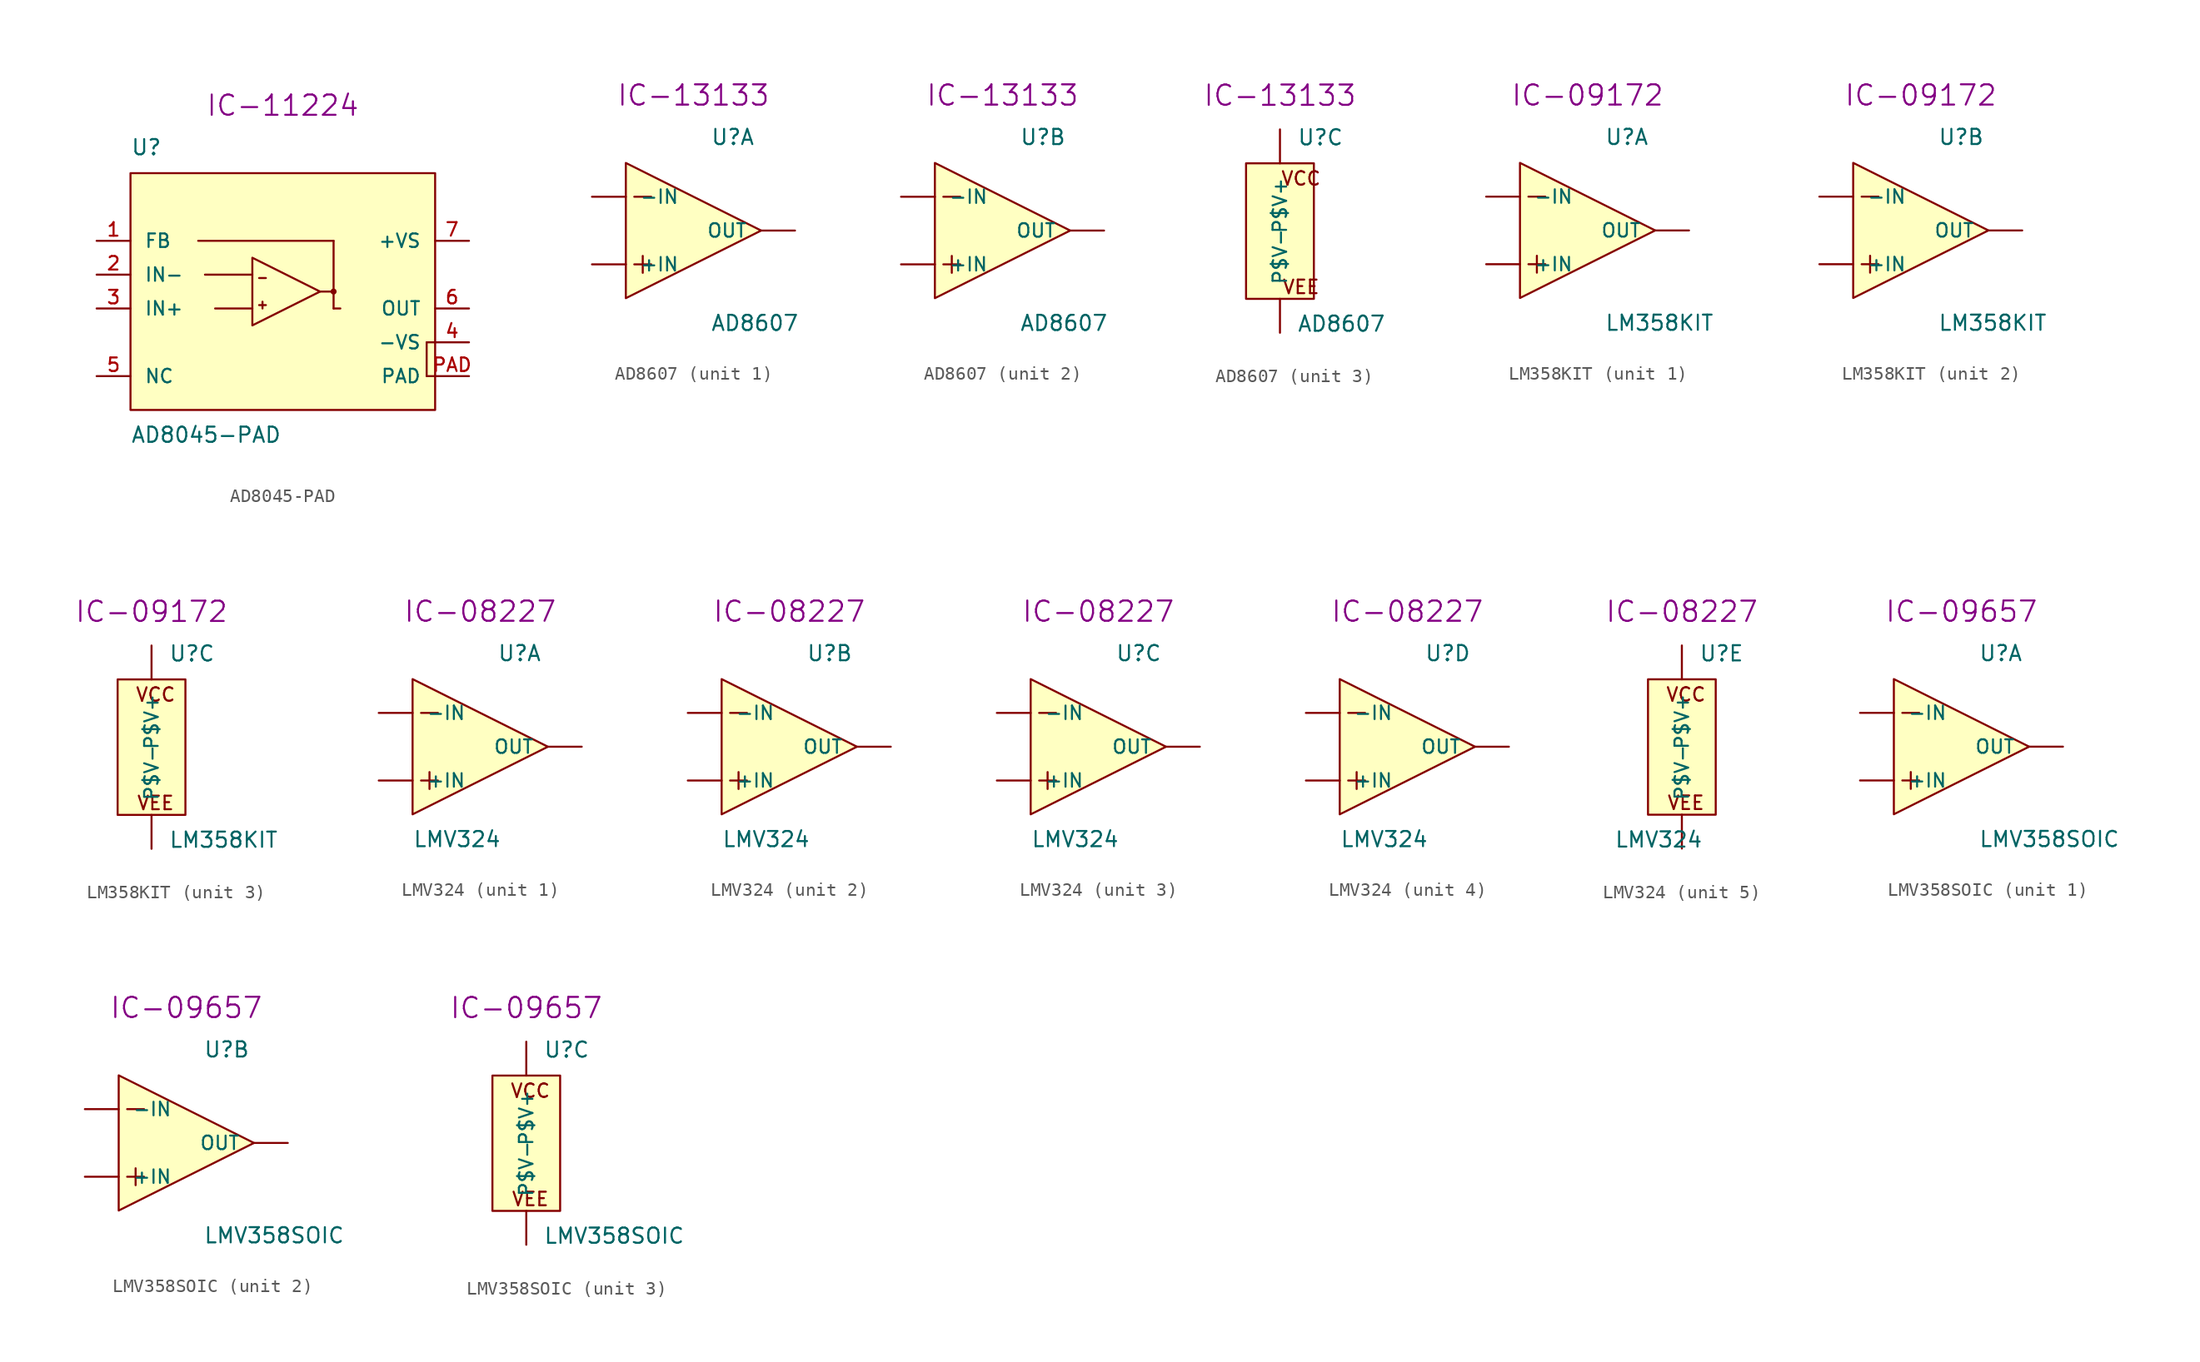
<source format=kicad_sym>
(kicad_symbol_lib
  (version 20220914)
  (generator kicad_symbol_editor)
  (symbol "AD8045-PAD"
    (pin_names
      (offset 1.016))
    (property "Reference" "U"
      (at -11.43 11.43 0)
      (effects (font (size 1.143 1.143)) (justify left bottom)))
    (property "Value" "AD8045-PAD"
      (at -11.43 -10.16 0)
      (effects (font (size 1.143 1.143)) (justify left bottom)))
    (property "Field4" "IC-11224"
      (at 0 15.24 0)
      (effects (font (size 1.524 1.524))))
    (property "ki_locked" ""
      (at 0 0 0)
      (effects (font (size 1.27 1.27))))
    (symbol "AD8045-PAD_1_0"
      (polyline (pts (xy -6.35 5.08) (xy 3.81 5.08)) (stroke (width 0) (type solid)) (fill (type none)))
      (polyline (pts (xy -5.842 2.54) (xy -2.286 2.54)) (stroke (width 0) (type solid)) (fill (type none)))
      (polyline (pts (xy -5.08 0) (xy -2.286 0)) (stroke (width 0) (type solid)) (fill (type none)))
      (polyline (pts (xy -1.778 0.254) (xy -1.524 0.254)) (stroke (width 0) (type solid)) (fill (type none)))
      (polyline (pts (xy -1.778 2.286) (xy -1.27 2.286)) (stroke (width 0) (type solid)) (fill (type none)))
      (polyline (pts (xy -1.524 0.254) (xy -1.524 0)) (stroke (width 0) (type solid)) (fill (type none)))
      (polyline (pts (xy -1.524 0.254) (xy -1.524 0.508)) (stroke (width 0) (type solid)) (fill (type none)))
      (polyline (pts (xy -1.27 0.254) (xy -1.524 0.254)) (stroke (width 0) (type solid)) (fill (type none)))
      (polyline (pts (xy 2.794 1.27) (xy 3.81 1.27)) (stroke (width 0) (type solid)) (fill (type none)))
      (polyline (pts (xy 3.81 0) (xy 4.318 0)) (stroke (width 0) (type solid)) (fill (type none)))
      (polyline (pts (xy 3.81 1.27) (xy 3.81 0)) (stroke (width 0) (type solid)) (fill (type none)))
      (polyline (pts (xy 3.81 5.08) (xy 3.81 1.27)) (stroke (width 0) (type solid)) (fill (type none)))
      (polyline (pts (xy 10.795 -5.08) (xy 11.43 -5.08)) (stroke (width 0) (type solid)) (fill (type none)))
      (polyline (pts (xy 10.795 -2.54) (xy 10.795 -5.08)) (stroke (width 0) (type solid)) (fill (type none)))
      (polyline (pts (xy 11.43 -2.54) (xy 10.795 -2.54)) (stroke (width 0) (type solid)) (fill (type none))))
    (symbol "AD8045-PAD_1_1"
      (polyline (pts (xy -2.286 3.81) (xy -2.286 2.54) (xy -2.286 0) (xy -2.286 -1.27) (xy 2.794 1.27) (xy -2.286 3.81)) (stroke (width 0) (type solid)) (fill (type background)))
      (polyline (pts (xy -11.43 10.16) (xy -11.43 -7.62) (xy 11.43 -7.62) (xy 11.43 -5.08) (xy 11.43 -2.54) (xy 11.43 10.16) (xy -11.43 10.16)) (stroke (width 0) (type solid)) (fill (type background)))
      (circle (center 3.81 1.27) (radius 0.152) (stroke (width 0) (type solid)) (fill (type outline)))
      (pin bidirectional line (at -13.97 5.08 0) (length 2.54) (name "FB" (effects (font (size 1.016 1.016)))) (number "1" (effects (font (size 1.016 1.016)))))
      (pin bidirectional line (at -13.97 2.54 0) (length 2.54) (name "IN-" (effects (font (size 1.016 1.016)))) (number "2" (effects (font (size 1.016 1.016)))))
      (pin bidirectional line (at -13.97 0 0) (length 2.54) (name "IN+" (effects (font (size 1.016 1.016)))) (number "3" (effects (font (size 1.016 1.016)))))
      (pin power_in line (at 13.97 -2.54 180) (length 2.54) (name "-VS" (effects (font (size 1.016 1.016)))) (number "4" (effects (font (size 1.016 1.016)))))
      (pin unspecified line (at -13.97 -5.08 0) (length 2.54) (name "NC" (effects (font (size 1.016 1.016)))) (number "5" (effects (font (size 1.016 1.016)))))
      (pin bidirectional line (at 13.97 0 180) (length 2.54) (name "OUT" (effects (font (size 1.016 1.016)))) (number "6" (effects (font (size 1.016 1.016)))))
      (pin power_in line (at 13.97 5.08 180) (length 2.54) (name "+VS" (effects (font (size 1.016 1.016)))) (number "7" (effects (font (size 1.016 1.016)))))
      (pin unspecified line (at -13.97 -5.08 0) (length 2.54) hide (name "NC" (effects (font (size 1.016 1.016)))) (number "8" (effects (font (size 1.016 1.016)))))
      (pin power_in line (at 13.97 -5.08 180) (length 2.54) (name "PAD" (effects (font (size 1.016 1.016)))) (number "PAD" (effects (font (size 1.016 1.016)))))))
  (symbol "AD8607"
    (pin_numbers hide)
    (pin_names
      (offset 1.016))
    (property "Reference" "U"
      (at 1.27 6.35 0)
      (effects (font (size 1.143 1.143)) (justify left bottom)))
    (property "Value" "AD8607"
      (at 1.27 -7.62 0)
      (effects (font (size 1.143 1.143)) (justify left bottom)))
    (property "Field4" "IC-13133"
      (at 0 10.16 0)
      (effects (font (size 1.524 1.524))))
    (property "ki_locked" ""
      (at 0 0 0)
      (effects (font (size 1.27 1.27))))
    (symbol "AD8607_1_0"
      (polyline (pts (xy -4.445 -2.54) (xy -3.175 -2.54)) (stroke (width 0) (type solid)) (fill (type none)))
      (polyline (pts (xy -4.445 2.54) (xy -3.175 2.54)) (stroke (width 0) (type solid)) (fill (type none)))
      (polyline (pts (xy -3.81 -1.905) (xy -3.81 -3.175)) (stroke (width 0) (type solid)) (fill (type none))))
    (symbol "AD8607_1_1"
      (polyline (pts (xy 5.08 0) (xy -5.08 5.08) (xy -5.08 -5.08) (xy 5.08 0)) (stroke (width 0) (type solid)) (fill (type background)))
      (pin output line (at 7.62 0 180) (length 2.54) (name "OUT" (effects (font (size 1.016 1.016)))) (number "1" (effects (font (size 1.016 1.016)))))
      (pin input line (at -7.62 2.54 0) (length 2.54) (name "-IN" (effects (font (size 1.016 1.016)))) (number "2" (effects (font (size 1.016 1.016)))))
      (pin input line (at -7.62 -2.54 0) (length 2.54) (name "+IN" (effects (font (size 1.016 1.016)))) (number "3" (effects (font (size 1.016 1.016))))))
    (symbol "AD8607_2_0"
      (polyline (pts (xy -4.445 -2.54) (xy -3.175 -2.54)) (stroke (width 0) (type solid)) (fill (type none)))
      (polyline (pts (xy -4.445 2.54) (xy -3.175 2.54)) (stroke (width 0) (type solid)) (fill (type none)))
      (polyline (pts (xy -3.81 -1.905) (xy -3.81 -3.175)) (stroke (width 0) (type solid)) (fill (type none))))
    (symbol "AD8607_2_1"
      (polyline (pts (xy 5.08 0) (xy -5.08 5.08) (xy -5.08 -5.08) (xy 5.08 0)) (stroke (width 0) (type solid)) (fill (type background)))
      (pin input line (at -7.62 -2.54 0) (length 2.54) (name "+IN" (effects (font (size 1.016 1.016)))) (number "5" (effects (font (size 1.016 1.016)))))
      (pin input line (at -7.62 2.54 0) (length 2.54) (name "-IN" (effects (font (size 1.016 1.016)))) (number "6" (effects (font (size 1.016 1.016)))))
      (pin output line (at 7.62 0 180) (length 2.54) (name "OUT" (effects (font (size 1.016 1.016)))) (number "7" (effects (font (size 1.016 1.016))))))
    (symbol "AD8607_3_0"
      (text "VCC" (at 1.575 3.937 0) (effects (font (size 1.016 1.016))))
      (text "VEE" (at 1.575 -4.191 0) (effects (font (size 1.016 1.016)))))
    (symbol "AD8607_3_1"
      (polyline (pts (xy -2.54 5.08) (xy 2.54 5.08) (xy 2.54 -5.08) (xy -2.54 -5.08) (xy -2.54 5.08)) (stroke (width 0) (type solid)) (fill (type background)))
      (pin bidirectional line (at 0 -7.62 90) (length 2.54) (name "P$V-" (effects (font (size 1.016 1.016)))) (number "4" (effects (font (size 1.016 1.016)))))
      (pin bidirectional line (at 0 7.62 270) (length 2.54) (name "P$V+" (effects (font (size 1.016 1.016)))) (number "8" (effects (font (size 1.016 1.016)))))))
  (symbol "LM358KIT"
    (pin_numbers hide)
    (pin_names
      (offset 1.016))
    (property "Reference" "U"
      (at 1.27 6.35 0)
      (effects (font (size 1.143 1.143)) (justify left bottom)))
    (property "Value" "LM358KIT"
      (at 1.27 -7.62 0)
      (effects (font (size 1.143 1.143)) (justify left bottom)))
    (property "Field4" "IC-09172"
      (at 0 10.16 0)
      (effects (font (size 1.524 1.524))))
    (property "ki_locked" ""
      (at 0 0 0)
      (effects (font (size 1.27 1.27))))
    (symbol "LM358KIT_1_0"
      (polyline (pts (xy -4.445 -2.54) (xy -3.175 -2.54)) (stroke (width 0) (type solid)) (fill (type none)))
      (polyline (pts (xy -4.445 2.54) (xy -3.175 2.54)) (stroke (width 0) (type solid)) (fill (type none)))
      (polyline (pts (xy -3.81 -1.905) (xy -3.81 -3.175)) (stroke (width 0) (type solid)) (fill (type none))))
    (symbol "LM358KIT_1_1"
      (polyline (pts (xy 5.08 0) (xy -5.08 5.08) (xy -5.08 -5.08) (xy 5.08 0)) (stroke (width 0) (type solid)) (fill (type background)))
      (pin output line (at 7.62 0 180) (length 2.54) (name "OUT" (effects (font (size 1.016 1.016)))) (number "1" (effects (font (size 1.016 1.016)))))
      (pin input line (at -7.62 2.54 0) (length 2.54) (name "-IN" (effects (font (size 1.016 1.016)))) (number "2" (effects (font (size 1.016 1.016)))))
      (pin input line (at -7.62 -2.54 0) (length 2.54) (name "+IN" (effects (font (size 1.016 1.016)))) (number "3" (effects (font (size 1.016 1.016))))))
    (symbol "LM358KIT_2_0"
      (polyline (pts (xy -4.445 -2.54) (xy -3.175 -2.54)) (stroke (width 0) (type solid)) (fill (type none)))
      (polyline (pts (xy -4.445 2.54) (xy -3.175 2.54)) (stroke (width 0) (type solid)) (fill (type none)))
      (polyline (pts (xy -3.81 -1.905) (xy -3.81 -3.175)) (stroke (width 0) (type solid)) (fill (type none))))
    (symbol "LM358KIT_2_1"
      (polyline (pts (xy 5.08 0) (xy -5.08 5.08) (xy -5.08 -5.08) (xy 5.08 0)) (stroke (width 0) (type solid)) (fill (type background)))
      (pin input line (at -7.62 -2.54 0) (length 2.54) (name "+IN" (effects (font (size 1.016 1.016)))) (number "5" (effects (font (size 1.016 1.016)))))
      (pin input line (at -7.62 2.54 0) (length 2.54) (name "-IN" (effects (font (size 1.016 1.016)))) (number "6" (effects (font (size 1.016 1.016)))))
      (pin output line (at 7.62 0 180) (length 2.54) (name "OUT" (effects (font (size 1.016 1.016)))) (number "7" (effects (font (size 1.016 1.016))))))
    (symbol "LM358KIT_3_0"
      (text "VCC" (at 0.305 3.937 0) (effects (font (size 1.016 1.016))))
      (text "VEE" (at 0.305 -4.191 0) (effects (font (size 1.016 1.016)))))
    (symbol "LM358KIT_3_1"
      (polyline (pts (xy -2.54 5.08) (xy 2.54 5.08) (xy 2.54 -5.08) (xy -2.54 -5.08) (xy -2.54 5.08)) (stroke (width 0) (type solid)) (fill (type background)))
      (pin bidirectional line (at 0 -7.62 90) (length 2.54) (name "P$V-" (effects (font (size 1.016 1.016)))) (number "4" (effects (font (size 1.016 1.016)))))
      (pin bidirectional line (at 0 7.62 270) (length 2.54) (name "P$V+" (effects (font (size 1.016 1.016)))) (number "8" (effects (font (size 1.016 1.016)))))))
  (symbol "LMV324"
    (pin_numbers hide)
    (pin_names
      (offset 1.016))
    (property "Reference" "U"
      (at 1.27 6.35 0)
      (effects (font (size 1.143 1.143)) (justify left bottom)))
    (property "Value" "LMV324"
      (at -5.08 -7.62 0)
      (effects (font (size 1.143 1.143)) (justify left bottom)))
    (property "Field4" "IC-08227"
      (at 0 10.16 0)
      (effects (font (size 1.524 1.524))))
    (property "ki_locked" ""
      (at 0 0 0)
      (effects (font (size 1.27 1.27))))
    (symbol "LMV324_1_0"
      (polyline (pts (xy -4.445 -2.54) (xy -3.175 -2.54)) (stroke (width 0) (type solid)) (fill (type none)))
      (polyline (pts (xy -4.445 2.54) (xy -3.175 2.54)) (stroke (width 0) (type solid)) (fill (type none)))
      (polyline (pts (xy -3.81 -1.905) (xy -3.81 -3.175)) (stroke (width 0) (type solid)) (fill (type none))))
    (symbol "LMV324_1_1"
      (polyline (pts (xy 5.08 0) (xy -5.08 5.08) (xy -5.08 -5.08) (xy 5.08 0)) (stroke (width 0) (type solid)) (fill (type background)))
      (pin output line (at 7.62 0 180) (length 2.54) (name "OUT" (effects (font (size 1.016 1.016)))) (number "1" (effects (font (size 1.016 1.016)))))
      (pin input line (at -7.62 2.54 0) (length 2.54) (name "-IN" (effects (font (size 1.016 1.016)))) (number "2" (effects (font (size 1.016 1.016)))))
      (pin input line (at -7.62 -2.54 0) (length 2.54) (name "+IN" (effects (font (size 1.016 1.016)))) (number "3" (effects (font (size 1.016 1.016))))))
    (symbol "LMV324_2_0"
      (polyline (pts (xy -4.445 -2.54) (xy -3.175 -2.54)) (stroke (width 0) (type solid)) (fill (type none)))
      (polyline (pts (xy -4.445 2.54) (xy -3.175 2.54)) (stroke (width 0) (type solid)) (fill (type none)))
      (polyline (pts (xy -3.81 -1.905) (xy -3.81 -3.175)) (stroke (width 0) (type solid)) (fill (type none))))
    (symbol "LMV324_2_1"
      (polyline (pts (xy 5.08 0) (xy -5.08 5.08) (xy -5.08 -5.08) (xy 5.08 0)) (stroke (width 0) (type solid)) (fill (type background)))
      (pin input line (at -7.62 -2.54 0) (length 2.54) (name "+IN" (effects (font (size 1.016 1.016)))) (number "10" (effects (font (size 1.016 1.016)))))
      (pin output line (at 7.62 0 180) (length 2.54) (name "OUT" (effects (font (size 1.016 1.016)))) (number "8" (effects (font (size 1.016 1.016)))))
      (pin input line (at -7.62 2.54 0) (length 2.54) (name "-IN" (effects (font (size 1.016 1.016)))) (number "9" (effects (font (size 1.016 1.016))))))
    (symbol "LMV324_3_0"
      (polyline (pts (xy -4.445 -2.54) (xy -3.175 -2.54)) (stroke (width 0) (type solid)) (fill (type none)))
      (polyline (pts (xy -4.445 2.54) (xy -3.175 2.54)) (stroke (width 0) (type solid)) (fill (type none)))
      (polyline (pts (xy -3.81 -1.905) (xy -3.81 -3.175)) (stroke (width 0) (type solid)) (fill (type none))))
    (symbol "LMV324_3_1"
      (polyline (pts (xy 5.08 0) (xy -5.08 5.08) (xy -5.08 -5.08) (xy 5.08 0)) (stroke (width 0) (type solid)) (fill (type background)))
      (pin input line (at -7.62 -2.54 0) (length 2.54) (name "+IN" (effects (font (size 1.016 1.016)))) (number "5" (effects (font (size 1.016 1.016)))))
      (pin input line (at -7.62 2.54 0) (length 2.54) (name "-IN" (effects (font (size 1.016 1.016)))) (number "6" (effects (font (size 1.016 1.016)))))
      (pin output line (at 7.62 0 180) (length 2.54) (name "OUT" (effects (font (size 1.016 1.016)))) (number "7" (effects (font (size 1.016 1.016))))))
    (symbol "LMV324_4_0"
      (polyline (pts (xy -4.445 -2.54) (xy -3.175 -2.54)) (stroke (width 0) (type solid)) (fill (type none)))
      (polyline (pts (xy -4.445 2.54) (xy -3.175 2.54)) (stroke (width 0) (type solid)) (fill (type none)))
      (polyline (pts (xy -3.81 -1.905) (xy -3.81 -3.175)) (stroke (width 0) (type solid)) (fill (type none))))
    (symbol "LMV324_4_1"
      (polyline (pts (xy 5.08 0) (xy -5.08 5.08) (xy -5.08 -5.08) (xy 5.08 0)) (stroke (width 0) (type solid)) (fill (type background)))
      (pin input line (at -7.62 -2.54 0) (length 2.54) (name "+IN" (effects (font (size 1.016 1.016)))) (number "12" (effects (font (size 1.016 1.016)))))
      (pin input line (at -7.62 2.54 0) (length 2.54) (name "-IN" (effects (font (size 1.016 1.016)))) (number "13" (effects (font (size 1.016 1.016)))))
      (pin output line (at 7.62 0 180) (length 2.54) (name "OUT" (effects (font (size 1.016 1.016)))) (number "14" (effects (font (size 1.016 1.016))))))
    (symbol "LMV324_5_0"
      (text "VCC" (at 0.305 3.937 0) (effects (font (size 1.016 1.016))))
      (text "VEE" (at 0.305 -4.191 0) (effects (font (size 1.016 1.016)))))
    (symbol "LMV324_5_1"
      (polyline (pts (xy -2.54 5.08) (xy 2.54 5.08) (xy 2.54 -5.08) (xy -2.54 -5.08) (xy -2.54 5.08)) (stroke (width 0) (type solid)) (fill (type background)))
      (pin bidirectional line (at 0 -7.62 90) (length 2.54) (name "P$V-" (effects (font (size 1.016 1.016)))) (number "11" (effects (font (size 1.016 1.016)))))
      (pin bidirectional line (at 0 7.62 270) (length 2.54) (name "P$V+" (effects (font (size 1.016 1.016)))) (number "4" (effects (font (size 1.016 1.016)))))))
  (symbol "LMV358SOIC"
    (pin_numbers hide)
    (pin_names
      (offset 1.016))
    (property "Reference" "U"
      (at 1.27 6.35 0)
      (effects (font (size 1.143 1.143)) (justify left bottom)))
    (property "Value" "LMV358SOIC"
      (at 1.27 -7.62 0)
      (effects (font (size 1.143 1.143)) (justify left bottom)))
    (property "Field4" "IC-09657"
      (at 0 10.16 0)
      (effects (font (size 1.524 1.524))))
    (property "ki_locked" ""
      (at 0 0 0)
      (effects (font (size 1.27 1.27))))
    (symbol "LMV358SOIC_1_0"
      (polyline (pts (xy -4.445 -2.54) (xy -3.175 -2.54)) (stroke (width 0) (type solid)) (fill (type none)))
      (polyline (pts (xy -4.445 2.54) (xy -3.175 2.54)) (stroke (width 0) (type solid)) (fill (type none)))
      (polyline (pts (xy -3.81 -1.905) (xy -3.81 -3.175)) (stroke (width 0) (type solid)) (fill (type none))))
    (symbol "LMV358SOIC_1_1"
      (polyline (pts (xy 5.08 0) (xy -5.08 5.08) (xy -5.08 -5.08) (xy 5.08 0)) (stroke (width 0) (type solid)) (fill (type background)))
      (pin output line (at 7.62 0 180) (length 2.54) (name "OUT" (effects (font (size 1.016 1.016)))) (number "1" (effects (font (size 1.016 1.016)))))
      (pin input line (at -7.62 2.54 0) (length 2.54) (name "-IN" (effects (font (size 1.016 1.016)))) (number "2" (effects (font (size 1.016 1.016)))))
      (pin input line (at -7.62 -2.54 0) (length 2.54) (name "+IN" (effects (font (size 1.016 1.016)))) (number "3" (effects (font (size 1.016 1.016))))))
    (symbol "LMV358SOIC_2_0"
      (polyline (pts (xy -4.445 -2.54) (xy -3.175 -2.54)) (stroke (width 0) (type solid)) (fill (type none)))
      (polyline (pts (xy -4.445 2.54) (xy -3.175 2.54)) (stroke (width 0) (type solid)) (fill (type none)))
      (polyline (pts (xy -3.81 -1.905) (xy -3.81 -3.175)) (stroke (width 0) (type solid)) (fill (type none))))
    (symbol "LMV358SOIC_2_1"
      (polyline (pts (xy 5.08 0) (xy -5.08 5.08) (xy -5.08 -5.08) (xy 5.08 0)) (stroke (width 0) (type solid)) (fill (type background)))
      (pin input line (at -7.62 -2.54 0) (length 2.54) (name "+IN" (effects (font (size 1.016 1.016)))) (number "5" (effects (font (size 1.016 1.016)))))
      (pin input line (at -7.62 2.54 0) (length 2.54) (name "-IN" (effects (font (size 1.016 1.016)))) (number "6" (effects (font (size 1.016 1.016)))))
      (pin output line (at 7.62 0 180) (length 2.54) (name "OUT" (effects (font (size 1.016 1.016)))) (number "7" (effects (font (size 1.016 1.016))))))
    (symbol "LMV358SOIC_3_0"
      (text "VCC" (at 0.305 3.937 0) (effects (font (size 1.016 1.016))))
      (text "VEE" (at 0.305 -4.191 0) (effects (font (size 1.016 1.016)))))
    (symbol "LMV358SOIC_3_1"
      (polyline (pts (xy -2.54 5.08) (xy 2.54 5.08) (xy 2.54 -5.08) (xy -2.54 -5.08) (xy -2.54 5.08)) (stroke (width 0) (type solid)) (fill (type background)))
      (pin bidirectional line (at 0 -7.62 90) (length 2.54) (name "P$V-" (effects (font (size 1.016 1.016)))) (number "4" (effects (font (size 1.016 1.016)))))
      (pin bidirectional line (at 0 7.62 270) (length 2.54) (name "P$V+" (effects (font (size 1.016 1.016)))) (number "8" (effects (font (size 1.016 1.016))))))))
</source>
